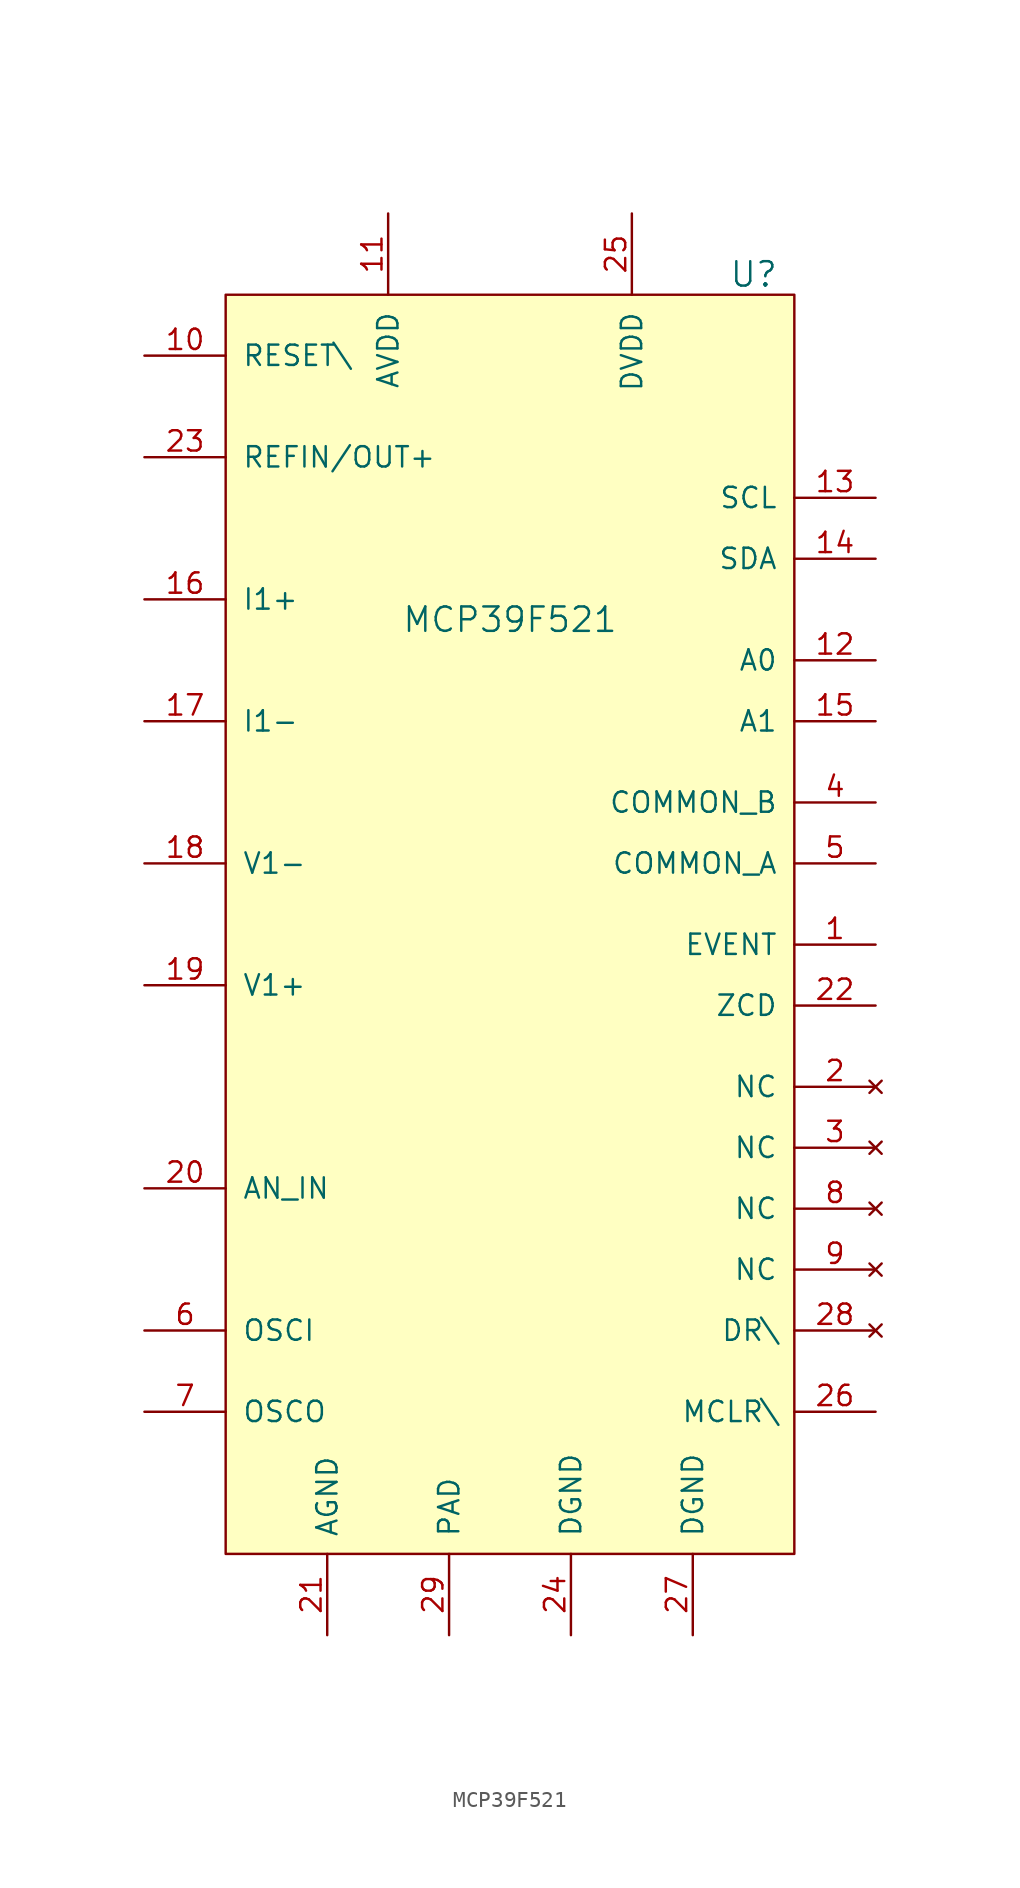
<source format=kicad_sym>
(kicad_symbol_lib
  (version 20201005)
  (generator kicad_symbol_editor)
  (symbol "PowerMonitor-rescue:MCP39F521"
    (pin_names
      (offset 1.016))
    (property "Reference" "U"
      (at 15.24 45.72 0)
      (effects (font (size 1.524 1.524))))
    (property "Value" "MCP39F521"
      (at 0 24.13 0)
      (effects (font (size 1.524 1.524))))
    (symbol "MCP39F521_0_1"
      (rectangle (start -17.78 44.45) (end 17.78 -34.29) (stroke (width 0)) (fill (type background))))
    (symbol "MCP39F521_1_1"
      (pin output line (at 22.86 3.81 180) (length 5.08) (name "EVENT" (effects (font (size 1.27 1.27)))) (number "1" (effects (font (size 1.27 1.27)))))
      (pin input line (at -22.86 40.64 0) (length 5.08) (name "RESET\\" (effects (font (size 1.27 1.27)))) (number "10" (effects (font (size 1.27 1.27)))))
      (pin power_in line (at -7.62 49.53 270) (length 5.08) (name "AVDD" (effects (font (size 1.27 1.27)))) (number "11" (effects (font (size 1.27 1.27)))))
      (pin input line (at 22.86 21.59 180) (length 5.08) (name "A0" (effects (font (size 1.27 1.27)))) (number "12" (effects (font (size 1.27 1.27)))))
      (pin bidirectional line (at 22.86 31.75 180) (length 5.08) (name "SCL" (effects (font (size 1.27 1.27)))) (number "13" (effects (font (size 1.27 1.27)))))
      (pin bidirectional line (at 22.86 27.94 180) (length 5.08) (name "SDA" (effects (font (size 1.27 1.27)))) (number "14" (effects (font (size 1.27 1.27)))))
      (pin input line (at 22.86 17.78 180) (length 5.08) (name "A1" (effects (font (size 1.27 1.27)))) (number "15" (effects (font (size 1.27 1.27)))))
      (pin input line (at -22.86 25.4 0) (length 5.08) (name "I1+" (effects (font (size 1.27 1.27)))) (number "16" (effects (font (size 1.27 1.27)))))
      (pin input line (at -22.86 17.78 0) (length 5.08) (name "I1-" (effects (font (size 1.27 1.27)))) (number "17" (effects (font (size 1.27 1.27)))))
      (pin input line (at -22.86 8.89 0) (length 5.08) (name "V1-" (effects (font (size 1.27 1.27)))) (number "18" (effects (font (size 1.27 1.27)))))
      (pin input line (at -22.86 1.27 0) (length 5.08) (name "V1+" (effects (font (size 1.27 1.27)))) (number "19" (effects (font (size 1.27 1.27)))))
      (pin unconnected line (at 22.86 -5.08 180) (length 5.08) (name "NC" (effects (font (size 1.27 1.27)))) (number "2" (effects (font (size 1.27 1.27)))))
      (pin input line (at -22.86 -11.43 0) (length 5.08) (name "AN_IN" (effects (font (size 1.27 1.27)))) (number "20" (effects (font (size 1.27 1.27)))))
      (pin power_in line (at -11.43 -39.37 90) (length 5.08) (name "AGND" (effects (font (size 1.27 1.27)))) (number "21" (effects (font (size 1.27 1.27)))))
      (pin output line (at 22.86 0 180) (length 5.08) (name "ZCD" (effects (font (size 1.27 1.27)))) (number "22" (effects (font (size 1.27 1.27)))))
      (pin passive line (at -22.86 34.29 0) (length 5.08) (name "REFIN/OUT+" (effects (font (size 1.27 1.27)))) (number "23" (effects (font (size 1.27 1.27)))))
      (pin power_in line (at 3.81 -39.37 90) (length 5.08) (name "DGND" (effects (font (size 1.27 1.27)))) (number "24" (effects (font (size 1.27 1.27)))))
      (pin power_in line (at 7.62 49.53 270) (length 5.08) (name "DVDD" (effects (font (size 1.27 1.27)))) (number "25" (effects (font (size 1.27 1.27)))))
      (pin input line (at 22.86 -25.4 180) (length 5.08) (name "MCLR\\" (effects (font (size 1.27 1.27)))) (number "26" (effects (font (size 1.27 1.27)))))
      (pin power_in line (at 11.43 -39.37 90) (length 5.08) (name "DGND" (effects (font (size 1.27 1.27)))) (number "27" (effects (font (size 1.27 1.27)))))
      (pin unconnected line (at 22.86 -20.32 180) (length 5.08) (name "DR\\" (effects (font (size 1.27 1.27)))) (number "28" (effects (font (size 1.27 1.27)))))
      (pin power_in line (at -3.81 -39.37 90) (length 5.08) (name "PAD" (effects (font (size 1.27 1.27)))) (number "29" (effects (font (size 1.27 1.27)))))
      (pin unconnected line (at 22.86 -8.89 180) (length 5.08) (name "NC" (effects (font (size 1.27 1.27)))) (number "3" (effects (font (size 1.27 1.27)))))
      (pin passive line (at 22.86 12.7 180) (length 5.08) (name "COMMON_B" (effects (font (size 1.27 1.27)))) (number "4" (effects (font (size 1.27 1.27)))))
      (pin passive line (at 22.86 8.89 180) (length 5.08) (name "COMMON_A" (effects (font (size 1.27 1.27)))) (number "5" (effects (font (size 1.27 1.27)))))
      (pin input line (at -22.86 -20.32 0) (length 5.08) (name "OSCI" (effects (font (size 1.27 1.27)))) (number "6" (effects (font (size 1.27 1.27)))))
      (pin input line (at -22.86 -25.4 0) (length 5.08) (name "OSCO" (effects (font (size 1.27 1.27)))) (number "7" (effects (font (size 1.27 1.27)))))
      (pin unconnected line (at 22.86 -12.7 180) (length 5.08) (name "NC" (effects (font (size 1.27 1.27)))) (number "8" (effects (font (size 1.27 1.27)))))
      (pin unconnected line (at 22.86 -16.51 180) (length 5.08) (name "NC" (effects (font (size 1.27 1.27)))) (number "9" (effects (font (size 1.27 1.27))))))))
</source>
